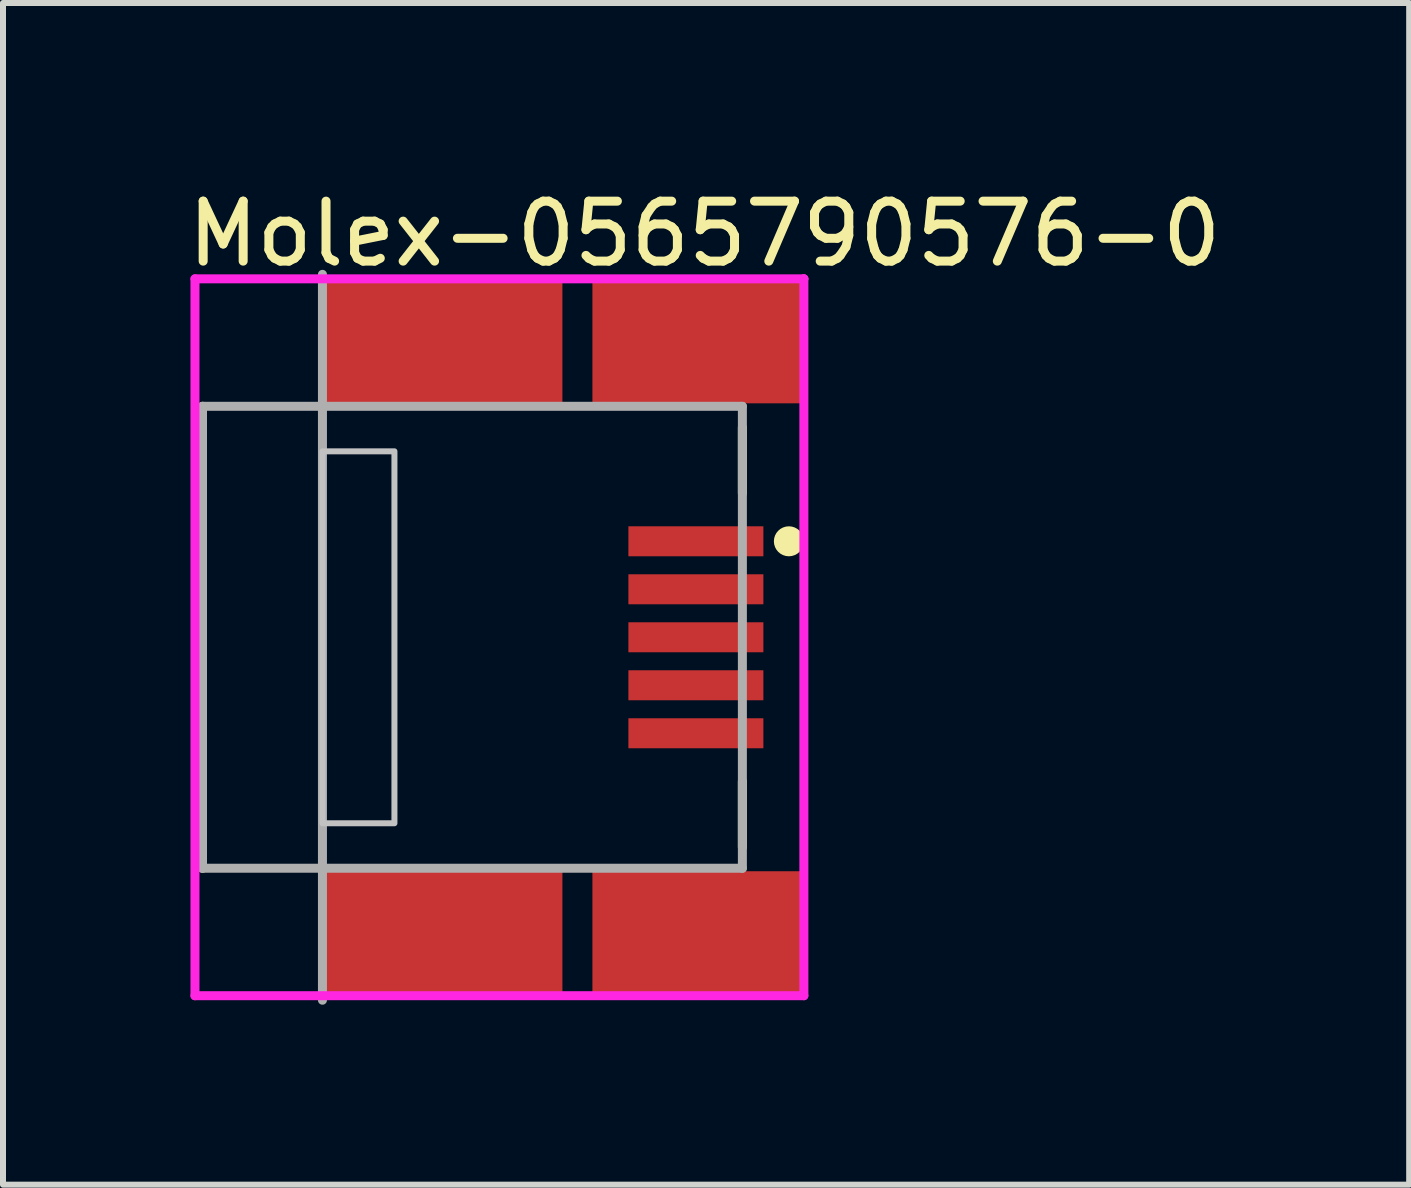
<source format=kicad_pcb>
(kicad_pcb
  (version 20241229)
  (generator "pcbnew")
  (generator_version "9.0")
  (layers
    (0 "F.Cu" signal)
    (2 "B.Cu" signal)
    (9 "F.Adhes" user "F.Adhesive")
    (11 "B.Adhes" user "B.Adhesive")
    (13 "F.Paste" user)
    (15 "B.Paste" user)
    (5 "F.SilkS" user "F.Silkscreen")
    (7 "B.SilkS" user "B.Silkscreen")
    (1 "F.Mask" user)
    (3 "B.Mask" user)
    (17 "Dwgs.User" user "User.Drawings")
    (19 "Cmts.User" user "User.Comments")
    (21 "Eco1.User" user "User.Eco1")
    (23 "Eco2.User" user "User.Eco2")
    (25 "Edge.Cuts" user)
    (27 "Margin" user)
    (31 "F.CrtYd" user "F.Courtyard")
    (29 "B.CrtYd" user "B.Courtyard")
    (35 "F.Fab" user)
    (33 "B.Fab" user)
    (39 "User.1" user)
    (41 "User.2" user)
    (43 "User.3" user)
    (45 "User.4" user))
  (footprint "Molex-0565790576-0"
    (layer "F.Cu")
    (at 4.825 7.573)
    (property "Reference" "Molex-0565790576-0" (at -4.825 -6.725 0) (layer "F.SilkS") (effects (font (size 1 1) (thickness 0.15)) (justify left)))
    (attr through_hole)
    (fp_line (start -4.5 -3.85) (end -4.5 3.85) (stroke (width 0.15) (type solid)) (layer "F.SilkS"))
    (fp_line (start 4.5 -3.5) (end 4.5 -2.4) (stroke (width 0.15) (type solid)) (layer "F.SilkS"))
    (fp_line (start 4.5 3.5) (end 4.5 2.4) (stroke (width 0.15) (type solid)) (layer "F.SilkS"))
    (fp_circle (center 5.275 -1.6) (end 5.4 -1.6) (stroke (width 0.25) (type solid)) (fill no) (layer "F.SilkS"))
    (fp_poly (pts (xy -2.5 -3.1) (xy -1.3 -3.1) (xy -1.3 3.1) (xy -2.5 3.1)) (stroke (width 0.1) (type solid)) (fill no) (layer "Dwgs.User"))
    (fp_line (start -4.625 -5.975) (end -4.625 5.975) (stroke (width 0.15) (type solid)) (layer "F.CrtYd"))
    (fp_line (start -4.625 5.975) (end 5.525 5.975) (stroke (width 0.15) (type solid)) (layer "F.CrtYd"))
    (fp_line (start 5.525 -5.975) (end -4.625 -5.975) (stroke (width 0.15) (type solid)) (layer "F.CrtYd"))
    (fp_line (start 5.525 -5.975) (end 5.525 -5.975) (stroke (width 0.15) (type solid)) (layer "F.CrtYd"))
    (fp_line (start 5.525 5.975) (end 5.525 -5.975) (stroke (width 0.15) (type solid)) (layer "F.CrtYd"))
    (fp_line (start -4.5 -3.85) (end 4.5 -3.85) (stroke (width 0.15) (type solid)) (layer "F.Fab"))
    (fp_line (start -4.5 3.85) (end -4.5 -3.85) (stroke (width 0.15) (type solid)) (layer "F.Fab"))
    (fp_line (start -2.5 -6.05) (end -2.5 6.05) (stroke (width 0.15) (type solid)) (layer "F.Fab"))
    (fp_line (start 4.5 -3.85) (end 4.5 3.85) (stroke (width 0.15) (type solid)) (layer "F.Fab"))
    (fp_line (start 4.5 3.85) (end -4.5 3.85) (stroke (width 0.15) (type solid)) (layer "F.Fab"))
    (pad "1" smd rect (at 3.725 -1.6) (size 2.25 0.5) (layers "F.Cu" "F.Mask" "F.Paste"))
    (pad "2" smd rect (at 3.725 -0.8) (size 2.25 0.5) (layers "F.Cu" "F.Mask" "F.Paste"))
    (pad "3" smd rect (at 3.725 0) (size 2.25 0.5) (layers "F.Cu" "F.Mask" "F.Paste"))
    (pad "4" smd rect (at 3.725 0.8) (size 2.25 0.5) (layers "F.Cu" "F.Mask" "F.Paste"))
    (pad "5" smd rect (at 3.725 1.6) (size 2.25 0.5) (layers "F.Cu" "F.Mask" "F.Paste"))
    (pad "6" smd rect (at -0.5 -4.925) (size 4 2.05) (layers "F.Cu" "F.Mask" "F.Paste"))
    (pad "7" smd rect (at 3.75 -4.925) (size 3.5 2.05) (layers "F.Cu" "F.Mask" "F.Paste"))
    (pad "8" smd rect (at -0.5 4.925) (size 4 2.05) (layers "F.Cu" "F.Mask" "F.Paste"))
    (pad "9" smd rect (at 3.75 4.925) (size 3.5 2.05) (layers "F.Cu" "F.Mask" "F.Paste")))
  (gr_rect
    (start -3 -3)
    (end 20.44 16.698)
    (stroke (width 0.1) (type default))
    (fill no)
    (layer "Edge.Cuts")))
</source>
